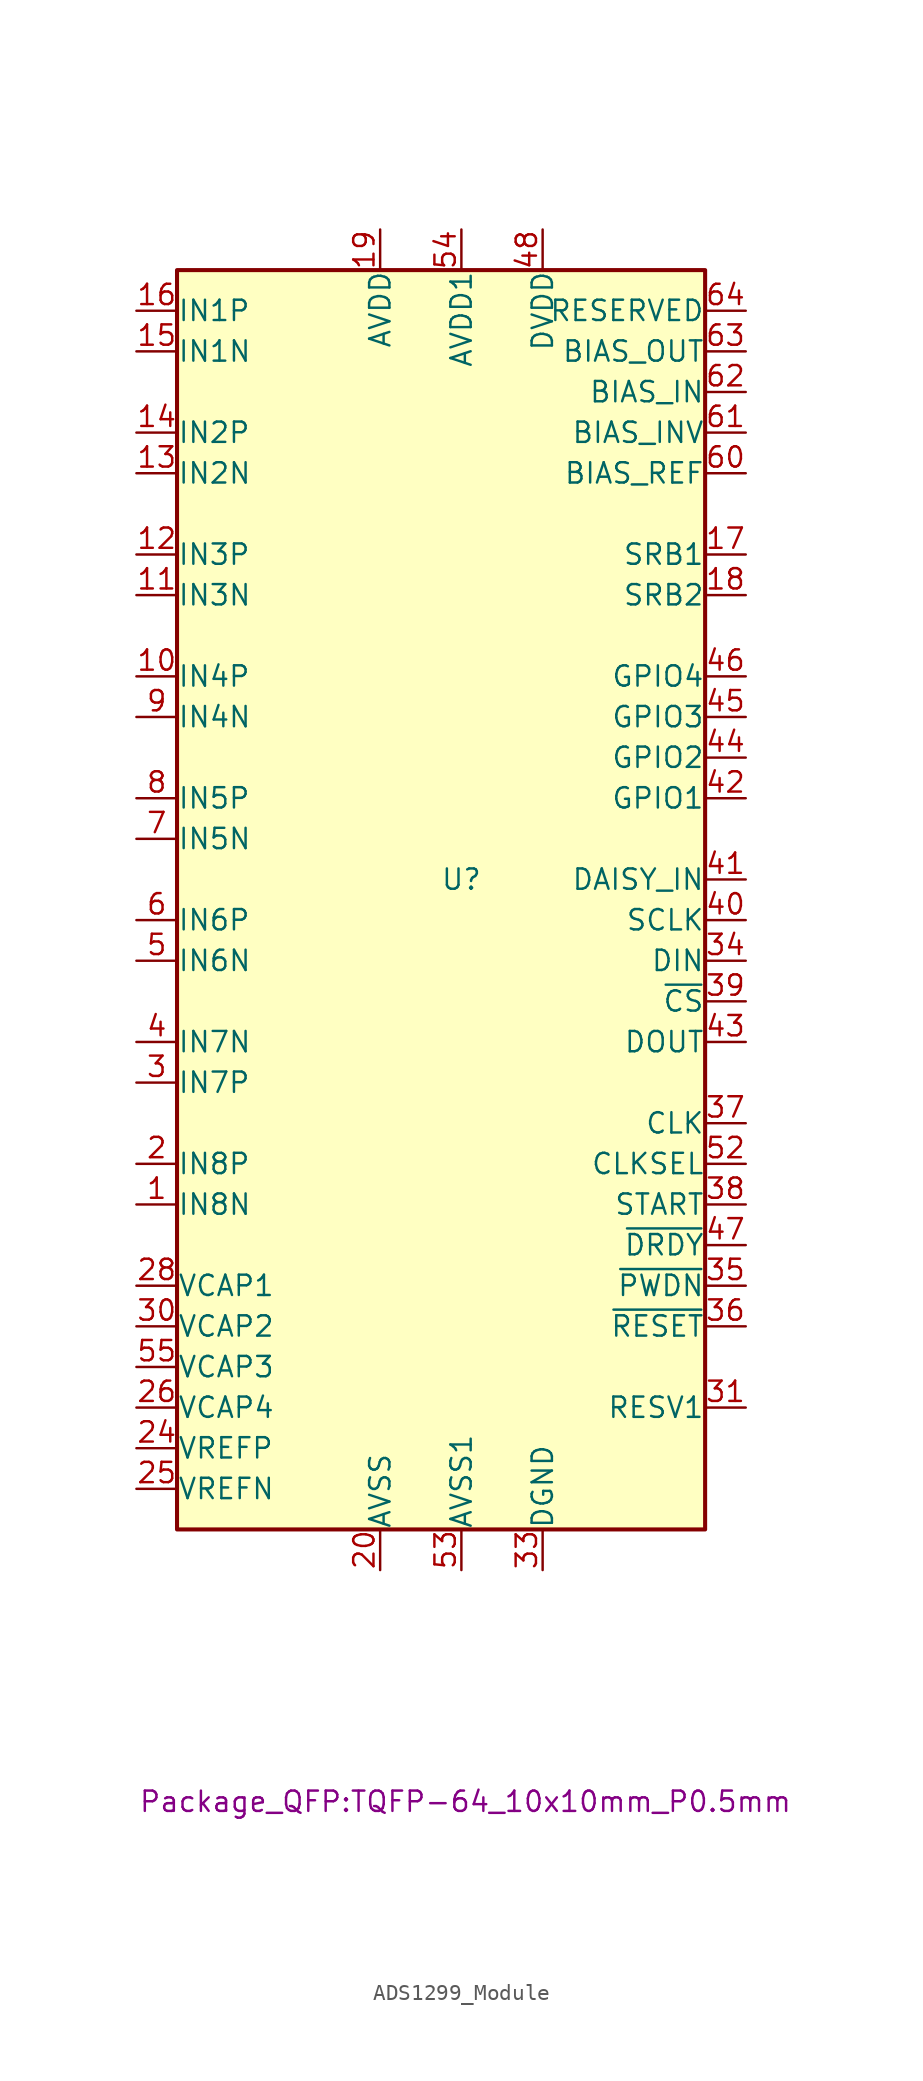
<source format=kicad_sym>
(kicad_symbol_lib
  (version 20231120)
  (generator "kicad_symbol_editor")
  (generator_version "8.0")
  (symbol "ADS1299_Module"
    (pin_names
      (offset 0.013))
    (property "Reference" "U"
      (at 0 0 0)
      (effects (font (size 1.27 1.27))))
    (property "Value" ""
      (at -12.7 12.7 0)
      (effects (font (size 1.27 1.27))))
    (property "Footprint" "Package_QFP:TQFP-64_10x10mm_P0.5mm"
      (at 0.254 -57.658 0)
      (effects (font (size 1.27 1.27))))
    (symbol "ADS1299_Module_0_1"
      (rectangle (start -17.78 38.1) (end 15.24 -40.64) (stroke (width 0.254) (type default)) (fill (type background))))
    (symbol "ADS1299_Module_1_1"
      (pin input line (at -20.32 -20.32 0) (length 2.54) (name "IN8N" (effects (font (size 1.27 1.27)))) (number "1" (effects (font (size 1.27 1.27)))))
      (pin input line (at -20.32 12.7 0) (length 2.54) (name "IN4P" (effects (font (size 1.27 1.27)))) (number "10" (effects (font (size 1.27 1.27)))))
      (pin input line (at -20.32 17.78 0) (length 2.54) (name "IN3N" (effects (font (size 1.27 1.27)))) (number "11" (effects (font (size 1.27 1.27)))))
      (pin input line (at -20.32 20.32 0) (length 2.54) (name "IN3P" (effects (font (size 1.27 1.27)))) (number "12" (effects (font (size 1.27 1.27)))))
      (pin input line (at -20.32 25.4 0) (length 2.54) (name "IN2N" (effects (font (size 1.27 1.27)))) (number "13" (effects (font (size 1.27 1.27)))))
      (pin input line (at -20.32 27.94 0) (length 2.54) (name "IN2P" (effects (font (size 1.27 1.27)))) (number "14" (effects (font (size 1.27 1.27)))))
      (pin input line (at -20.32 33.02 0) (length 2.54) (name "IN1N" (effects (font (size 1.27 1.27)))) (number "15" (effects (font (size 1.27 1.27)))))
      (pin input line (at -20.32 35.56 0) (length 2.54) (name "IN1P" (effects (font (size 1.27 1.27)))) (number "16" (effects (font (size 1.27 1.27)))))
      (pin bidirectional line (at 17.78 20.32 180) (length 2.54) (name "SRB1" (effects (font (size 1.27 1.27)))) (number "17" (effects (font (size 1.27 1.27)))))
      (pin bidirectional line (at 17.78 17.78 180) (length 2.54) (name "SRB2" (effects (font (size 1.27 1.27)))) (number "18" (effects (font (size 1.27 1.27)))))
      (pin power_in line (at -5.08 40.64 270) (length 2.54) (name "AVDD" (effects (font (size 1.27 1.27)))) (number "19" (effects (font (size 1.27 1.27)))))
      (pin input line (at -20.32 -17.78 0) (length 2.54) (name "IN8P" (effects (font (size 1.27 1.27)))) (number "2" (effects (font (size 1.27 1.27)))))
      (pin power_in line (at -5.08 -43.18 90) (length 2.54) (name "AVSS" (effects (font (size 1.27 1.27)))) (number "20" (effects (font (size 1.27 1.27)))))
      (pin passive line (at -5.08 40.64 270) (length 2.54) hide (name "AVDD" (effects (font (size 1.27 1.27)))) (number "21" (effects (font (size 1.27 1.27)))))
      (pin passive line (at -5.08 40.64 270) (length 2.54) hide (name "AVDD" (effects (font (size 1.27 1.27)))) (number "22" (effects (font (size 1.27 1.27)))))
      (pin passive line (at -5.08 -43.18 90) (length 2.54) hide (name "AVSS" (effects (font (size 1.27 1.27)))) (number "23" (effects (font (size 1.27 1.27)))))
      (pin passive line (at -20.32 -35.56 0) (length 2.54) (name "VREFP" (effects (font (size 1.27 1.27)))) (number "24" (effects (font (size 1.27 1.27)))))
      (pin passive line (at -20.32 -38.1 0) (length 2.54) (name "VREFN" (effects (font (size 1.27 1.27)))) (number "25" (effects (font (size 1.27 1.27)))))
      (pin passive line (at -20.32 -33.02 0) (length 2.54) (name "VCAP4" (effects (font (size 1.27 1.27)))) (number "26" (effects (font (size 1.27 1.27)))))
      (pin no_connect line (at 15.24 -35.56 180) (length 2.54) hide (name "NC" (effects (font (size 1.27 1.27)))) (number "27" (effects (font (size 1.27 1.27)))))
      (pin passive line (at -20.32 -25.4 0) (length 2.54) (name "VCAP1" (effects (font (size 1.27 1.27)))) (number "28" (effects (font (size 1.27 1.27)))))
      (pin no_connect line (at 15.24 -38.1 180) (length 2.54) hide (name "NC" (effects (font (size 1.27 1.27)))) (number "29" (effects (font (size 1.27 1.27)))))
      (pin input line (at -20.32 -12.7 0) (length 2.54) (name "IN7P" (effects (font (size 1.27 1.27)))) (number "3" (effects (font (size 1.27 1.27)))))
      (pin passive line (at -20.32 -27.94 0) (length 2.54) (name "VCAP2" (effects (font (size 1.27 1.27)))) (number "30" (effects (font (size 1.27 1.27)))))
      (pin input line (at 17.78 -33.02 180) (length 2.54) (name "RESV1" (effects (font (size 1.27 1.27)))) (number "31" (effects (font (size 1.27 1.27)))))
      (pin passive line (at -5.08 -43.18 90) (length 2.54) hide (name "AVSS" (effects (font (size 1.27 1.27)))) (number "32" (effects (font (size 1.27 1.27)))))
      (pin power_in line (at 5.08 -43.18 90) (length 2.54) (name "DGND" (effects (font (size 1.27 1.27)))) (number "33" (effects (font (size 1.27 1.27)))))
      (pin input line (at 17.78 -5.08 180) (length 2.54) (name "DIN" (effects (font (size 1.27 1.27)))) (number "34" (effects (font (size 1.27 1.27)))))
      (pin input line (at 17.78 -25.4 180) (length 2.54) (name "~{PWDN}" (effects (font (size 1.27 1.27)))) (number "35" (effects (font (size 1.27 1.27)))))
      (pin input line (at 17.78 -27.94 180) (length 2.54) (name "~{RESET}" (effects (font (size 1.27 1.27)))) (number "36" (effects (font (size 1.27 1.27)))))
      (pin bidirectional line (at 17.78 -15.24 180) (length 2.54) (name "CLK" (effects (font (size 1.27 1.27)))) (number "37" (effects (font (size 1.27 1.27)))))
      (pin input line (at 17.78 -20.32 180) (length 2.54) (name "START" (effects (font (size 1.27 1.27)))) (number "38" (effects (font (size 1.27 1.27)))))
      (pin input line (at 17.78 -7.62 180) (length 2.54) (name "~{CS}" (effects (font (size 1.27 1.27)))) (number "39" (effects (font (size 1.27 1.27)))))
      (pin input line (at -20.32 -10.16 0) (length 2.54) (name "IN7N" (effects (font (size 1.27 1.27)))) (number "4" (effects (font (size 1.27 1.27)))))
      (pin input line (at 17.78 -2.54 180) (length 2.54) (name "SCLK" (effects (font (size 1.27 1.27)))) (number "40" (effects (font (size 1.27 1.27)))))
      (pin input line (at 17.78 0 180) (length 2.54) (name "DAISY_IN" (effects (font (size 1.27 1.27)))) (number "41" (effects (font (size 1.27 1.27)))))
      (pin bidirectional line (at 17.78 5.08 180) (length 2.54) (name "GPIO1" (effects (font (size 1.27 1.27)))) (number "42" (effects (font (size 1.27 1.27)))))
      (pin output line (at 17.78 -10.16 180) (length 2.54) (name "DOUT" (effects (font (size 1.27 1.27)))) (number "43" (effects (font (size 1.27 1.27)))))
      (pin bidirectional line (at 17.78 7.62 180) (length 2.54) (name "GPIO2" (effects (font (size 1.27 1.27)))) (number "44" (effects (font (size 1.27 1.27)))))
      (pin bidirectional line (at 17.78 10.16 180) (length 2.54) (name "GPIO3" (effects (font (size 1.27 1.27)))) (number "45" (effects (font (size 1.27 1.27)))))
      (pin bidirectional line (at 17.78 12.7 180) (length 2.54) (name "GPIO4" (effects (font (size 1.27 1.27)))) (number "46" (effects (font (size 1.27 1.27)))))
      (pin output line (at 17.78 -22.86 180) (length 2.54) (name "~{DRDY}" (effects (font (size 1.27 1.27)))) (number "47" (effects (font (size 1.27 1.27)))))
      (pin power_in line (at 5.08 40.64 270) (length 2.54) (name "DVDD" (effects (font (size 1.27 1.27)))) (number "48" (effects (font (size 1.27 1.27)))))
      (pin passive line (at 5.08 -43.18 90) (length 2.54) hide (name "DGND" (effects (font (size 1.27 1.27)))) (number "49" (effects (font (size 1.27 1.27)))))
      (pin input line (at -20.32 -5.08 0) (length 2.54) (name "IN6N" (effects (font (size 1.27 1.27)))) (number "5" (effects (font (size 1.27 1.27)))))
      (pin passive line (at 5.08 40.64 270) (length 2.54) hide (name "DVDD" (effects (font (size 1.27 1.27)))) (number "50" (effects (font (size 1.27 1.27)))))
      (pin passive line (at 5.08 -43.18 90) (length 2.54) hide (name "DGND" (effects (font (size 1.27 1.27)))) (number "51" (effects (font (size 1.27 1.27)))))
      (pin input line (at 17.78 -17.78 180) (length 2.54) (name "CLKSEL" (effects (font (size 1.27 1.27)))) (number "52" (effects (font (size 1.27 1.27)))))
      (pin power_in line (at 0 -43.18 90) (length 2.54) (name "AVSS1" (effects (font (size 1.27 1.27)))) (number "53" (effects (font (size 1.27 1.27)))))
      (pin power_in line (at 0 40.64 270) (length 2.54) (name "AVDD1" (effects (font (size 1.27 1.27)))) (number "54" (effects (font (size 1.27 1.27)))))
      (pin passive line (at -20.32 -30.48 0) (length 2.54) (name "VCAP3" (effects (font (size 1.27 1.27)))) (number "55" (effects (font (size 1.27 1.27)))))
      (pin passive line (at -5.08 40.64 270) (length 2.54) hide (name "AVDD" (effects (font (size 1.27 1.27)))) (number "56" (effects (font (size 1.27 1.27)))))
      (pin passive line (at -5.08 -43.18 90) (length 2.54) hide (name "AVSS" (effects (font (size 1.27 1.27)))) (number "57" (effects (font (size 1.27 1.27)))))
      (pin passive line (at -5.08 -43.18 90) (length 2.54) hide (name "AVSS" (effects (font (size 1.27 1.27)))) (number "58" (effects (font (size 1.27 1.27)))))
      (pin passive line (at -5.08 40.64 270) (length 2.54) hide (name "AVDD" (effects (font (size 1.27 1.27)))) (number "59" (effects (font (size 1.27 1.27)))))
      (pin input line (at -20.32 -2.54 0) (length 2.54) (name "IN6P" (effects (font (size 1.27 1.27)))) (number "6" (effects (font (size 1.27 1.27)))))
      (pin input line (at 17.78 25.4 180) (length 2.54) (name "BIAS_REF" (effects (font (size 1.27 1.27)))) (number "60" (effects (font (size 1.27 1.27)))))
      (pin input line (at 17.78 27.94 180) (length 2.54) (name "BIAS_INV" (effects (font (size 1.27 1.27)))) (number "61" (effects (font (size 1.27 1.27)))))
      (pin input line (at 17.78 30.48 180) (length 2.54) (name "BIAS_IN" (effects (font (size 1.27 1.27)))) (number "62" (effects (font (size 1.27 1.27)))))
      (pin output line (at 17.78 33.02 180) (length 2.54) (name "BIAS_OUT" (effects (font (size 1.27 1.27)))) (number "63" (effects (font (size 1.27 1.27)))))
      (pin output line (at 17.78 35.56 180) (length 2.54) (name "RESERVED" (effects (font (size 1.27 1.27)))) (number "64" (effects (font (size 1.27 1.27)))))
      (pin input line (at -20.32 2.54 0) (length 2.54) (name "IN5N" (effects (font (size 1.27 1.27)))) (number "7" (effects (font (size 1.27 1.27)))))
      (pin input line (at -20.32 5.08 0) (length 2.54) (name "IN5P" (effects (font (size 1.27 1.27)))) (number "8" (effects (font (size 1.27 1.27)))))
      (pin input line (at -20.32 10.16 0) (length 2.54) (name "IN4N" (effects (font (size 1.27 1.27)))) (number "9" (effects (font (size 1.27 1.27))))))))
</source>
